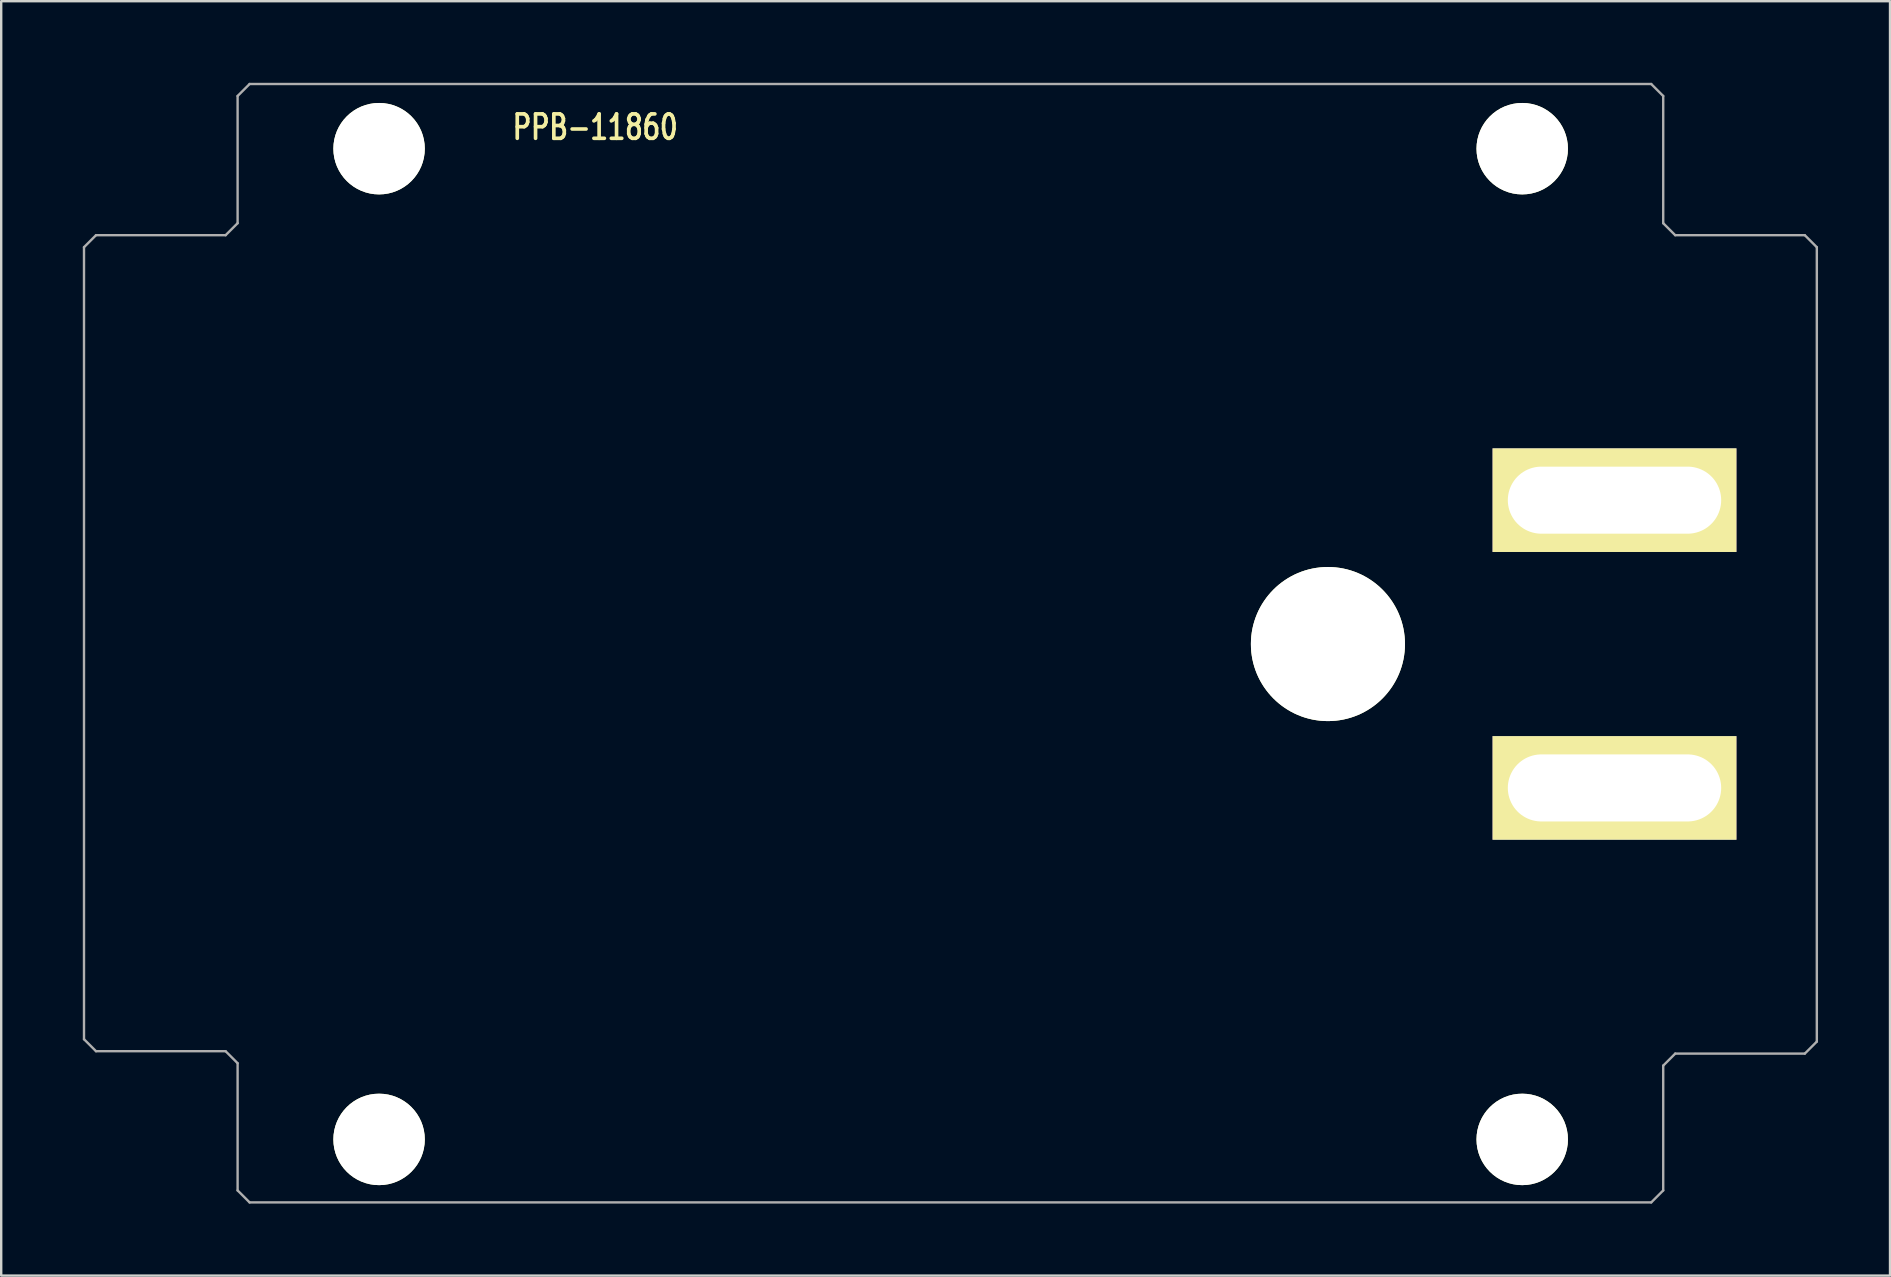
<source format=kicad_pcb>
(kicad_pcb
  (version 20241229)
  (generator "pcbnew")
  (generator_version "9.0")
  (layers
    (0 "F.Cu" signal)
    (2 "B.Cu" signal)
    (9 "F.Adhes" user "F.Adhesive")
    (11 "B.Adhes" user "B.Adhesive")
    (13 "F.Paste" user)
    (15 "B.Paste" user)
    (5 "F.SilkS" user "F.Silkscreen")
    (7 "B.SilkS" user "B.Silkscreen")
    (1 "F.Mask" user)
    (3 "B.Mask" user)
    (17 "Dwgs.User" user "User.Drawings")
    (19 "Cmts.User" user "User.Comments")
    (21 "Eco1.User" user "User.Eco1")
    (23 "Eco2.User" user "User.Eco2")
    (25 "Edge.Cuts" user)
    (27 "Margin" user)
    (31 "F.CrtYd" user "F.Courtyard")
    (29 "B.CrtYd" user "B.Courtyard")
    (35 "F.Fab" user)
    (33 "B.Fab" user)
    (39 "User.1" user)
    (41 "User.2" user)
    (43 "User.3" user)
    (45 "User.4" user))
  (footprint "PPB-11860"
    (layer "F.Cu")
    (at 0.25 0.25)
    (property "Reference" "PPB-11860" (at 21.5 2 0) (layer "F.SilkS") (effects (font (size 1.016 0.762) (thickness 0.152))))
    (attr through_hole)
    (fp_line (start 0.2 7) (end 0.7 6.5) (stroke (width 0.1) (type solid)) (layer "F.Fab"))
    (fp_line (start 0.2 40) (end 0.2 7) (stroke (width 0.1) (type solid)) (layer "F.Fab"))
    (fp_line (start 0.2 40) (end 0.7 40.5) (stroke (width 0.1) (type solid)) (layer "F.Fab"))
    (fp_line (start 0.7 40.5) (end 6.1 40.5) (stroke (width 0.1) (type solid)) (layer "F.Fab"))
    (fp_line (start 6.1 6.5) (end 0.7 6.5) (stroke (width 0.1) (type solid)) (layer "F.Fab"))
    (fp_line (start 6.1 6.5) (end 6.6 6) (stroke (width 0.1) (type solid)) (layer "F.Fab"))
    (fp_line (start 6.1 40.5) (end 6.6 41) (stroke (width 0.1) (type solid)) (layer "F.Fab"))
    (fp_line (start 6.6 0.7) (end 7.1 0.2) (stroke (width 0.1) (type solid)) (layer "F.Fab"))
    (fp_line (start 6.6 6) (end 6.6 0.7) (stroke (width 0.1) (type solid)) (layer "F.Fab"))
    (fp_line (start 6.6 41) (end 6.6 46.3) (stroke (width 0.1) (type solid)) (layer "F.Fab"))
    (fp_line (start 6.6 46.3) (end 7.1 46.8) (stroke (width 0.1) (type solid)) (layer "F.Fab"))
    (fp_line (start 7.1 0.2) (end 65.5 0.2) (stroke (width 0.1) (type solid)) (layer "F.Fab"))
    (fp_line (start 65.5 46.8) (end 7.1 46.8) (stroke (width 0.1) (type solid)) (layer "F.Fab"))
    (fp_line (start 65.5 46.8) (end 66 46.3) (stroke (width 0.1) (type solid)) (layer "F.Fab"))
    (fp_line (start 66 0.7) (end 65.5 0.2) (stroke (width 0.1) (type solid)) (layer "F.Fab"))
    (fp_line (start 66 6) (end 66 0.7) (stroke (width 0.1) (type solid)) (layer "F.Fab"))
    (fp_line (start 66 41.1) (end 66.5 40.6) (stroke (width 0.1) (type solid)) (layer "F.Fab"))
    (fp_line (start 66 46.3) (end 66 41.1) (stroke (width 0.1) (type solid)) (layer "F.Fab"))
    (fp_line (start 66.5 6.5) (end 66 6) (stroke (width 0.1) (type solid)) (layer "F.Fab"))
    (fp_line (start 66.5 40.6) (end 71.9 40.6) (stroke (width 0.1) (type solid)) (layer "F.Fab"))
    (fp_line (start 71.9 6.5) (end 66.5 6.5) (stroke (width 0.1) (type solid)) (layer "F.Fab"))
    (fp_line (start 71.9 40.6) (end 72.4 40.1) (stroke (width 0.1) (type solid)) (layer "F.Fab"))
    (fp_line (start 72.4 7) (end 71.9 6.5) (stroke (width 0.1) (type solid)) (layer "F.Fab"))
    (fp_line (start 72.4 40.1) (end 72.4 7) (stroke (width 0.1) (type solid)) (layer "F.Fab"))
    (pad "" np_thru_hole circle (at 12.495 2.895) (size 3.81 3.81) (drill 3.81) (layers "*.Cu" "*.Mask" "F.SilkS"))
    (pad "" np_thru_hole circle (at 12.495 44.175) (size 3.81 3.81) (drill 3.81) (layers "*.Cu" "*.Mask" "F.SilkS"))
    (pad "" np_thru_hole circle (at 52.03 23.535) (size 6.42 6.42) (drill 6.42) (layers "*.Cu" "*.Mask" "F.SilkS"))
    (pad "" np_thru_hole circle (at 60.125 2.895) (size 3.81 3.81) (drill 3.81) (layers "*.Cu" "*.Mask" "F.SilkS"))
    (pad "" np_thru_hole circle (at 60.125 44.175) (size 3.81 3.81) (drill 3.81) (layers "*.Cu" "*.Mask" "F.SilkS"))
    (pad "ACL" thru_hole rect (at 63.97 29.53) (size 10.16 4.318) (drill oval 8.89 2.794) (layers "*.Cu" "*.Mask" "F.SilkS"))
    (pad "ACN" thru_hole rect (at 63.97 17.54) (size 10.16 4.318) (drill oval 8.89 2.794) (layers "*.Cu" "*.Mask" "F.SilkS")))
  (gr_rect
    (start -3 -3)
    (end 75.7 50.1)
    (stroke (width 0.1) (type default))
    (fill no)
    (layer "Edge.Cuts")))
</source>
